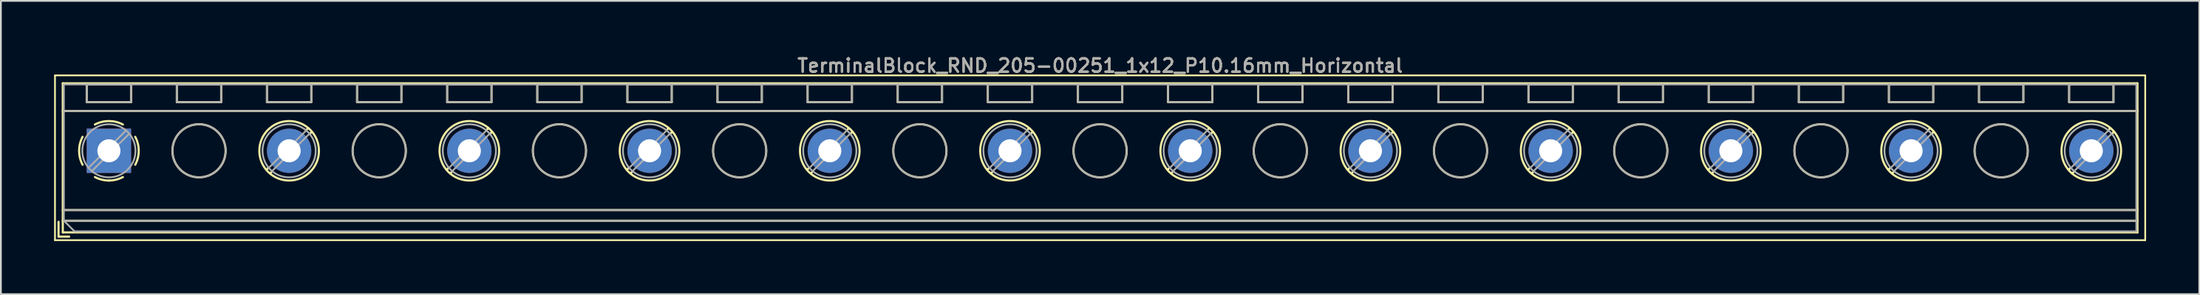
<source format=kicad_pcb>
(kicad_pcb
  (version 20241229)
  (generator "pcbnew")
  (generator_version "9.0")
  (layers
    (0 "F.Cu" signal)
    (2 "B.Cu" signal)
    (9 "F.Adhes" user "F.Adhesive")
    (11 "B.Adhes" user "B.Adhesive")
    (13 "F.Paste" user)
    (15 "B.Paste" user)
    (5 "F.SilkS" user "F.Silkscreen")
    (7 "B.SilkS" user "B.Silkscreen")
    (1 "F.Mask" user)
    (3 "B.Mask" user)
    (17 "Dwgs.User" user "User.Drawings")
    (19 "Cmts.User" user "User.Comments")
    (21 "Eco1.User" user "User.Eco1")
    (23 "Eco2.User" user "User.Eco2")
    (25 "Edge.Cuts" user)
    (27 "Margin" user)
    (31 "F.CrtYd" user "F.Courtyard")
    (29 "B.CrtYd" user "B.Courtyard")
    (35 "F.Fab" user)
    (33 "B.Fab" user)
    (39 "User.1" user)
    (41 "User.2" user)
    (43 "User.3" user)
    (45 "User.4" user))
  (footprint "TerminalBlock_RND_205-00251_1x12_P10.16mm_Horizontal"
    (layer "F.Cu")
    (at 3.09 5.468)
    (property "Reference" "TerminalBlock_RND_205-00251_1x12_P10.16mm_Horizontal" (at 55.88 -4.81 0) (layer "F.SilkS") (effects (font (size 0.75 0.75) (thickness 0.125))))
    (attr through_hole)
    (fp_line (start -3.04 -4.26) (end -3.04 5.05) (stroke (width 0.1) (type solid)) (layer "F.SilkS"))
    (fp_line (start -3.04 5.05) (end 114.8 5.05) (stroke (width 0.1) (type solid)) (layer "F.SilkS"))
    (fp_line (start -2.84 4.01) (end -2.84 4.85) (stroke (width 0.12) (type solid)) (layer "F.SilkS"))
    (fp_line (start -2.84 4.85) (end -2.24 4.85) (stroke (width 0.12) (type solid)) (layer "F.SilkS"))
    (fp_line (start -2.6 -3.811) (end -2.6 4.61) (stroke (width 0.12) (type solid)) (layer "F.SilkS"))
    (fp_line (start -2.6 -3.811) (end 114.361 -3.811) (stroke (width 0.12) (type solid)) (layer "F.SilkS"))
    (fp_line (start -2.6 -2.251) (end 114.361 -2.251) (stroke (width 0.12) (type solid)) (layer "F.SilkS"))
    (fp_line (start -2.6 3.35) (end 114.361 3.35) (stroke (width 0.12) (type solid)) (layer "F.SilkS"))
    (fp_line (start -2.6 3.95) (end 114.361 3.95) (stroke (width 0.12) (type solid)) (layer "F.SilkS"))
    (fp_line (start -2.6 4.61) (end 114.361 4.61) (stroke (width 0.12) (type solid)) (layer "F.SilkS"))
    (fp_line (start -1.25 -3.751) (end -1.25 -2.751) (stroke (width 0.12) (type solid)) (layer "F.SilkS"))
    (fp_line (start -1.25 -3.751) (end 1.25 -3.751) (stroke (width 0.12) (type solid)) (layer "F.SilkS"))
    (fp_line (start -1.25 -2.751) (end 1.25 -2.751) (stroke (width 0.12) (type solid)) (layer "F.SilkS"))
    (fp_line (start 1.25 -3.751) (end 1.25 -2.751) (stroke (width 0.12) (type solid)) (layer "F.SilkS"))
    (fp_line (start 3.83 -3.751) (end 3.83 -2.751) (stroke (width 0.12) (type solid)) (layer "F.SilkS"))
    (fp_line (start 3.83 -3.751) (end 6.33 -3.751) (stroke (width 0.12) (type solid)) (layer "F.SilkS"))
    (fp_line (start 3.83 -2.751) (end 6.33 -2.751) (stroke (width 0.12) (type solid)) (layer "F.SilkS"))
    (fp_line (start 6.33 -3.751) (end 6.33 -2.751) (stroke (width 0.12) (type solid)) (layer "F.SilkS"))
    (fp_line (start 8.91 -3.751) (end 8.91 -2.751) (stroke (width 0.12) (type solid)) (layer "F.SilkS"))
    (fp_line (start 8.91 -3.751) (end 11.41 -3.751) (stroke (width 0.12) (type solid)) (layer "F.SilkS"))
    (fp_line (start 8.91 -2.751) (end 11.41 -2.751) (stroke (width 0.12) (type solid)) (layer "F.SilkS"))
    (fp_line (start 8.98 0.976) (end 8.886 1.069) (stroke (width 0.12) (type solid)) (layer "F.SilkS"))
    (fp_line (start 9.15 1.216) (end 9.091 1.274) (stroke (width 0.12) (type solid)) (layer "F.SilkS"))
    (fp_line (start 11.23 -1.275) (end 11.171 -1.216) (stroke (width 0.12) (type solid)) (layer "F.SilkS"))
    (fp_line (start 11.41 -3.751) (end 11.41 -2.751) (stroke (width 0.12) (type solid)) (layer "F.SilkS"))
    (fp_line (start 11.435 -1.069) (end 11.341 -0.976) (stroke (width 0.12) (type solid)) (layer "F.SilkS"))
    (fp_line (start 13.99 -3.751) (end 13.99 -2.751) (stroke (width 0.12) (type solid)) (layer "F.SilkS"))
    (fp_line (start 13.99 -3.751) (end 16.49 -3.751) (stroke (width 0.12) (type solid)) (layer "F.SilkS"))
    (fp_line (start 13.99 -2.751) (end 16.49 -2.751) (stroke (width 0.12) (type solid)) (layer "F.SilkS"))
    (fp_line (start 16.49 -3.751) (end 16.49 -2.751) (stroke (width 0.12) (type solid)) (layer "F.SilkS"))
    (fp_line (start 19.07 -3.751) (end 19.07 -2.751) (stroke (width 0.12) (type solid)) (layer "F.SilkS"))
    (fp_line (start 19.07 -3.751) (end 21.57 -3.751) (stroke (width 0.12) (type solid)) (layer "F.SilkS"))
    (fp_line (start 19.07 -2.751) (end 21.57 -2.751) (stroke (width 0.12) (type solid)) (layer "F.SilkS"))
    (fp_line (start 19.14 0.976) (end 19.046 1.069) (stroke (width 0.12) (type solid)) (layer "F.SilkS"))
    (fp_line (start 19.31 1.216) (end 19.251 1.274) (stroke (width 0.12) (type solid)) (layer "F.SilkS"))
    (fp_line (start 21.39 -1.275) (end 21.331 -1.216) (stroke (width 0.12) (type solid)) (layer "F.SilkS"))
    (fp_line (start 21.57 -3.751) (end 21.57 -2.751) (stroke (width 0.12) (type solid)) (layer "F.SilkS"))
    (fp_line (start 21.595 -1.069) (end 21.501 -0.976) (stroke (width 0.12) (type solid)) (layer "F.SilkS"))
    (fp_line (start 24.15 -3.751) (end 24.15 -2.751) (stroke (width 0.12) (type solid)) (layer "F.SilkS"))
    (fp_line (start 24.15 -3.751) (end 26.65 -3.751) (stroke (width 0.12) (type solid)) (layer "F.SilkS"))
    (fp_line (start 24.15 -2.751) (end 26.65 -2.751) (stroke (width 0.12) (type solid)) (layer "F.SilkS"))
    (fp_line (start 26.65 -3.751) (end 26.65 -2.751) (stroke (width 0.12) (type solid)) (layer "F.SilkS"))
    (fp_line (start 29.23 -3.751) (end 29.23 -2.751) (stroke (width 0.12) (type solid)) (layer "F.SilkS"))
    (fp_line (start 29.23 -3.751) (end 31.73 -3.751) (stroke (width 0.12) (type solid)) (layer "F.SilkS"))
    (fp_line (start 29.23 -2.751) (end 31.73 -2.751) (stroke (width 0.12) (type solid)) (layer "F.SilkS"))
    (fp_line (start 29.3 0.976) (end 29.206 1.069) (stroke (width 0.12) (type solid)) (layer "F.SilkS"))
    (fp_line (start 29.47 1.216) (end 29.411 1.274) (stroke (width 0.12) (type solid)) (layer "F.SilkS"))
    (fp_line (start 31.55 -1.275) (end 31.491 -1.216) (stroke (width 0.12) (type solid)) (layer "F.SilkS"))
    (fp_line (start 31.73 -3.751) (end 31.73 -2.751) (stroke (width 0.12) (type solid)) (layer "F.SilkS"))
    (fp_line (start 31.755 -1.069) (end 31.661 -0.976) (stroke (width 0.12) (type solid)) (layer "F.SilkS"))
    (fp_line (start 34.31 -3.751) (end 34.31 -2.751) (stroke (width 0.12) (type solid)) (layer "F.SilkS"))
    (fp_line (start 34.31 -3.751) (end 36.81 -3.751) (stroke (width 0.12) (type solid)) (layer "F.SilkS"))
    (fp_line (start 34.31 -2.751) (end 36.81 -2.751) (stroke (width 0.12) (type solid)) (layer "F.SilkS"))
    (fp_line (start 36.81 -3.751) (end 36.81 -2.751) (stroke (width 0.12) (type solid)) (layer "F.SilkS"))
    (fp_line (start 39.39 -3.751) (end 39.39 -2.751) (stroke (width 0.12) (type solid)) (layer "F.SilkS"))
    (fp_line (start 39.39 -3.751) (end 41.89 -3.751) (stroke (width 0.12) (type solid)) (layer "F.SilkS"))
    (fp_line (start 39.39 -2.751) (end 41.89 -2.751) (stroke (width 0.12) (type solid)) (layer "F.SilkS"))
    (fp_line (start 39.46 0.976) (end 39.366 1.069) (stroke (width 0.12) (type solid)) (layer "F.SilkS"))
    (fp_line (start 39.63 1.216) (end 39.571 1.274) (stroke (width 0.12) (type solid)) (layer "F.SilkS"))
    (fp_line (start 41.71 -1.275) (end 41.651 -1.216) (stroke (width 0.12) (type solid)) (layer "F.SilkS"))
    (fp_line (start 41.89 -3.751) (end 41.89 -2.751) (stroke (width 0.12) (type solid)) (layer "F.SilkS"))
    (fp_line (start 41.915 -1.069) (end 41.821 -0.976) (stroke (width 0.12) (type solid)) (layer "F.SilkS"))
    (fp_line (start 44.47 -3.751) (end 44.47 -2.751) (stroke (width 0.12) (type solid)) (layer "F.SilkS"))
    (fp_line (start 44.47 -3.751) (end 46.97 -3.751) (stroke (width 0.12) (type solid)) (layer "F.SilkS"))
    (fp_line (start 44.47 -2.751) (end 46.97 -2.751) (stroke (width 0.12) (type solid)) (layer "F.SilkS"))
    (fp_line (start 46.97 -3.751) (end 46.97 -2.751) (stroke (width 0.12) (type solid)) (layer "F.SilkS"))
    (fp_line (start 49.55 -3.751) (end 49.55 -2.751) (stroke (width 0.12) (type solid)) (layer "F.SilkS"))
    (fp_line (start 49.55 -3.751) (end 52.05 -3.751) (stroke (width 0.12) (type solid)) (layer "F.SilkS"))
    (fp_line (start 49.55 -2.751) (end 52.05 -2.751) (stroke (width 0.12) (type solid)) (layer "F.SilkS"))
    (fp_line (start 49.62 0.976) (end 49.526 1.069) (stroke (width 0.12) (type solid)) (layer "F.SilkS"))
    (fp_line (start 49.79 1.216) (end 49.731 1.274) (stroke (width 0.12) (type solid)) (layer "F.SilkS"))
    (fp_line (start 51.87 -1.275) (end 51.811 -1.216) (stroke (width 0.12) (type solid)) (layer "F.SilkS"))
    (fp_line (start 52.05 -3.751) (end 52.05 -2.751) (stroke (width 0.12) (type solid)) (layer "F.SilkS"))
    (fp_line (start 52.075 -1.069) (end 51.981 -0.976) (stroke (width 0.12) (type solid)) (layer "F.SilkS"))
    (fp_line (start 54.63 -3.751) (end 54.63 -2.751) (stroke (width 0.12) (type solid)) (layer "F.SilkS"))
    (fp_line (start 54.63 -3.751) (end 57.13 -3.751) (stroke (width 0.12) (type solid)) (layer "F.SilkS"))
    (fp_line (start 54.63 -2.751) (end 57.13 -2.751) (stroke (width 0.12) (type solid)) (layer "F.SilkS"))
    (fp_line (start 57.13 -3.751) (end 57.13 -2.751) (stroke (width 0.12) (type solid)) (layer "F.SilkS"))
    (fp_line (start 59.71 -3.751) (end 59.71 -2.751) (stroke (width 0.12) (type solid)) (layer "F.SilkS"))
    (fp_line (start 59.71 -3.751) (end 62.21 -3.751) (stroke (width 0.12) (type solid)) (layer "F.SilkS"))
    (fp_line (start 59.71 -2.751) (end 62.21 -2.751) (stroke (width 0.12) (type solid)) (layer "F.SilkS"))
    (fp_line (start 59.78 0.976) (end 59.686 1.069) (stroke (width 0.12) (type solid)) (layer "F.SilkS"))
    (fp_line (start 59.95 1.216) (end 59.891 1.274) (stroke (width 0.12) (type solid)) (layer "F.SilkS"))
    (fp_line (start 62.03 -1.275) (end 61.971 -1.216) (stroke (width 0.12) (type solid)) (layer "F.SilkS"))
    (fp_line (start 62.21 -3.751) (end 62.21 -2.751) (stroke (width 0.12) (type solid)) (layer "F.SilkS"))
    (fp_line (start 62.235 -1.069) (end 62.141 -0.976) (stroke (width 0.12) (type solid)) (layer "F.SilkS"))
    (fp_line (start 64.791 -3.751) (end 64.791 -2.751) (stroke (width 0.12) (type solid)) (layer "F.SilkS"))
    (fp_line (start 64.791 -3.751) (end 67.29 -3.751) (stroke (width 0.12) (type solid)) (layer "F.SilkS"))
    (fp_line (start 64.791 -2.751) (end 67.29 -2.751) (stroke (width 0.12) (type solid)) (layer "F.SilkS"))
    (fp_line (start 67.29 -3.751) (end 67.29 -2.751) (stroke (width 0.12) (type solid)) (layer "F.SilkS"))
    (fp_line (start 69.87 -3.751) (end 69.87 -2.751) (stroke (width 0.12) (type solid)) (layer "F.SilkS"))
    (fp_line (start 69.87 -3.751) (end 72.37 -3.751) (stroke (width 0.12) (type solid)) (layer "F.SilkS"))
    (fp_line (start 69.87 -2.751) (end 72.37 -2.751) (stroke (width 0.12) (type solid)) (layer "F.SilkS"))
    (fp_line (start 69.94 0.976) (end 69.846 1.069) (stroke (width 0.12) (type solid)) (layer "F.SilkS"))
    (fp_line (start 70.11 1.216) (end 70.051 1.274) (stroke (width 0.12) (type solid)) (layer "F.SilkS"))
    (fp_line (start 72.19 -1.275) (end 72.131 -1.216) (stroke (width 0.12) (type solid)) (layer "F.SilkS"))
    (fp_line (start 72.37 -3.751) (end 72.37 -2.751) (stroke (width 0.12) (type solid)) (layer "F.SilkS"))
    (fp_line (start 72.395 -1.069) (end 72.301 -0.976) (stroke (width 0.12) (type solid)) (layer "F.SilkS"))
    (fp_line (start 74.95 -3.751) (end 74.95 -2.751) (stroke (width 0.12) (type solid)) (layer "F.SilkS"))
    (fp_line (start 74.95 -3.751) (end 77.45 -3.751) (stroke (width 0.12) (type solid)) (layer "F.SilkS"))
    (fp_line (start 74.95 -2.751) (end 77.45 -2.751) (stroke (width 0.12) (type solid)) (layer "F.SilkS"))
    (fp_line (start 77.45 -3.751) (end 77.45 -2.751) (stroke (width 0.12) (type solid)) (layer "F.SilkS"))
    (fp_line (start 80.03 -3.751) (end 80.03 -2.751) (stroke (width 0.12) (type solid)) (layer "F.SilkS"))
    (fp_line (start 80.03 -3.751) (end 82.53 -3.751) (stroke (width 0.12) (type solid)) (layer "F.SilkS"))
    (fp_line (start 80.03 -2.751) (end 82.53 -2.751) (stroke (width 0.12) (type solid)) (layer "F.SilkS"))
    (fp_line (start 80.1 0.976) (end 80.006 1.069) (stroke (width 0.12) (type solid)) (layer "F.SilkS"))
    (fp_line (start 80.27 1.216) (end 80.211 1.274) (stroke (width 0.12) (type solid)) (layer "F.SilkS"))
    (fp_line (start 82.35 -1.275) (end 82.291 -1.216) (stroke (width 0.12) (type solid)) (layer "F.SilkS"))
    (fp_line (start 82.53 -3.751) (end 82.53 -2.751) (stroke (width 0.12) (type solid)) (layer "F.SilkS"))
    (fp_line (start 82.555 -1.069) (end 82.461 -0.976) (stroke (width 0.12) (type solid)) (layer "F.SilkS"))
    (fp_line (start 85.11 -3.751) (end 85.11 -2.751) (stroke (width 0.12) (type solid)) (layer "F.SilkS"))
    (fp_line (start 85.11 -3.751) (end 87.61 -3.751) (stroke (width 0.12) (type solid)) (layer "F.SilkS"))
    (fp_line (start 85.11 -2.751) (end 87.61 -2.751) (stroke (width 0.12) (type solid)) (layer "F.SilkS"))
    (fp_line (start 87.61 -3.751) (end 87.61 -2.751) (stroke (width 0.12) (type solid)) (layer "F.SilkS"))
    (fp_line (start 90.19 -3.751) (end 90.19 -2.751) (stroke (width 0.12) (type solid)) (layer "F.SilkS"))
    (fp_line (start 90.19 -3.751) (end 92.69 -3.751) (stroke (width 0.12) (type solid)) (layer "F.SilkS"))
    (fp_line (start 90.19 -2.751) (end 92.69 -2.751) (stroke (width 0.12) (type solid)) (layer "F.SilkS"))
    (fp_line (start 90.26 0.976) (end 90.166 1.069) (stroke (width 0.12) (type solid)) (layer "F.SilkS"))
    (fp_line (start 90.43 1.216) (end 90.371 1.274) (stroke (width 0.12) (type solid)) (layer "F.SilkS"))
    (fp_line (start 92.51 -1.275) (end 92.451 -1.216) (stroke (width 0.12) (type solid)) (layer "F.SilkS"))
    (fp_line (start 92.69 -3.751) (end 92.69 -2.751) (stroke (width 0.12) (type solid)) (layer "F.SilkS"))
    (fp_line (start 92.715 -1.069) (end 92.621 -0.976) (stroke (width 0.12) (type solid)) (layer "F.SilkS"))
    (fp_line (start 95.27 -3.751) (end 95.27 -2.751) (stroke (width 0.12) (type solid)) (layer "F.SilkS"))
    (fp_line (start 95.27 -3.751) (end 97.77 -3.751) (stroke (width 0.12) (type solid)) (layer "F.SilkS"))
    (fp_line (start 95.27 -2.751) (end 97.77 -2.751) (stroke (width 0.12) (type solid)) (layer "F.SilkS"))
    (fp_line (start 97.77 -3.751) (end 97.77 -2.751) (stroke (width 0.12) (type solid)) (layer "F.SilkS"))
    (fp_line (start 100.35 -3.751) (end 100.35 -2.751) (stroke (width 0.12) (type solid)) (layer "F.SilkS"))
    (fp_line (start 100.35 -3.751) (end 102.85 -3.751) (stroke (width 0.12) (type solid)) (layer "F.SilkS"))
    (fp_line (start 100.35 -2.751) (end 102.85 -2.751) (stroke (width 0.12) (type solid)) (layer "F.SilkS"))
    (fp_line (start 100.42 0.976) (end 100.326 1.069) (stroke (width 0.12) (type solid)) (layer "F.SilkS"))
    (fp_line (start 100.59 1.216) (end 100.531 1.274) (stroke (width 0.12) (type solid)) (layer "F.SilkS"))
    (fp_line (start 102.67 -1.275) (end 102.611 -1.216) (stroke (width 0.12) (type solid)) (layer "F.SilkS"))
    (fp_line (start 102.85 -3.751) (end 102.85 -2.751) (stroke (width 0.12) (type solid)) (layer "F.SilkS"))
    (fp_line (start 102.875 -1.069) (end 102.781 -0.976) (stroke (width 0.12) (type solid)) (layer "F.SilkS"))
    (fp_line (start 105.43 -3.751) (end 105.43 -2.751) (stroke (width 0.12) (type solid)) (layer "F.SilkS"))
    (fp_line (start 105.43 -3.751) (end 107.93 -3.751) (stroke (width 0.12) (type solid)) (layer "F.SilkS"))
    (fp_line (start 105.43 -2.751) (end 107.93 -2.751) (stroke (width 0.12) (type solid)) (layer "F.SilkS"))
    (fp_line (start 107.93 -3.751) (end 107.93 -2.751) (stroke (width 0.12) (type solid)) (layer "F.SilkS"))
    (fp_line (start 110.51 -3.751) (end 110.51 -2.751) (stroke (width 0.12) (type solid)) (layer "F.SilkS"))
    (fp_line (start 110.51 -3.751) (end 113.01 -3.751) (stroke (width 0.12) (type solid)) (layer "F.SilkS"))
    (fp_line (start 110.51 -2.751) (end 113.01 -2.751) (stroke (width 0.12) (type solid)) (layer "F.SilkS"))
    (fp_line (start 110.58 0.976) (end 110.486 1.069) (stroke (width 0.12) (type solid)) (layer "F.SilkS"))
    (fp_line (start 110.75 1.216) (end 110.691 1.274) (stroke (width 0.12) (type solid)) (layer "F.SilkS"))
    (fp_line (start 112.83 -1.275) (end 112.771 -1.216) (stroke (width 0.12) (type solid)) (layer "F.SilkS"))
    (fp_line (start 113.01 -3.751) (end 113.01 -2.751) (stroke (width 0.12) (type solid)) (layer "F.SilkS"))
    (fp_line (start 113.035 -1.069) (end 112.941 -0.976) (stroke (width 0.12) (type solid)) (layer "F.SilkS"))
    (fp_line (start 114.361 -3.811) (end 114.361 4.61) (stroke (width 0.12) (type solid)) (layer "F.SilkS"))
    (fp_line (start 114.8 -4.26) (end -3.04 -4.26) (stroke (width 0.1) (type solid)) (layer "F.SilkS"))
    (fp_line (start 114.8 5.05) (end 114.8 -4.26) (stroke (width 0.1) (type solid)) (layer "F.SilkS"))
    (fp_arc (start -1.483953 0.789089) (mid -1.680708 0.00005) (end -1.484 -0.789) (stroke (width 0.12) (type solid)) (layer "F.SilkS"))
    (fp_arc (start -0.789089 -1.483953) (mid -0.00005 -1.680708) (end 0.789 -1.484) (stroke (width 0.12) (type solid)) (layer "F.SilkS"))
    (fp_arc (start 0.029383 1.68045) (mid -0.392304 1.634281) (end -0.789 1.484) (stroke (width 0.12) (type solid)) (layer "F.SilkS"))
    (fp_arc (start 0.788712 1.483352) (mid 0.406429 1.630097) (end 0 1.68) (stroke (width 0.12) (type solid)) (layer "F.SilkS"))
    (fp_arc (start 1.483953 -0.789089) (mid 1.680708 -0.00005) (end 1.484 0.789) (stroke (width 0.12) (type solid)) (layer "F.SilkS"))
    (fp_circle (center 5.08 0) (end 6.58 0) (stroke (width 0.12) (type solid)) (fill no) (layer "F.SilkS"))
    (fp_circle (center 10.16 0) (end 11.84 0) (stroke (width 0.12) (type solid)) (fill no) (layer "F.SilkS"))
    (fp_circle (center 15.24 0) (end 16.74 0) (stroke (width 0.12) (type solid)) (fill no) (layer "F.SilkS"))
    (fp_circle (center 20.32 0) (end 22 0) (stroke (width 0.12) (type solid)) (fill no) (layer "F.SilkS"))
    (fp_circle (center 25.4 0) (end 26.9 0) (stroke (width 0.12) (type solid)) (fill no) (layer "F.SilkS"))
    (fp_circle (center 30.48 0) (end 32.16 0) (stroke (width 0.12) (type solid)) (fill no) (layer "F.SilkS"))
    (fp_circle (center 35.56 0) (end 37.06 0) (stroke (width 0.12) (type solid)) (fill no) (layer "F.SilkS"))
    (fp_circle (center 40.64 0) (end 42.32 0) (stroke (width 0.12) (type solid)) (fill no) (layer "F.SilkS"))
    (fp_circle (center 45.72 0) (end 47.22 0) (stroke (width 0.12) (type solid)) (fill no) (layer "F.SilkS"))
    (fp_circle (center 50.8 0) (end 52.48 0) (stroke (width 0.12) (type solid)) (fill no) (layer "F.SilkS"))
    (fp_circle (center 55.88 0) (end 57.38 0) (stroke (width 0.12) (type solid)) (fill no) (layer "F.SilkS"))
    (fp_circle (center 60.96 0) (end 62.64 0) (stroke (width 0.12) (type solid)) (fill no) (layer "F.SilkS"))
    (fp_circle (center 66.04 0) (end 67.54 0) (stroke (width 0.12) (type solid)) (fill no) (layer "F.SilkS"))
    (fp_circle (center 71.12 0) (end 72.8 0) (stroke (width 0.12) (type solid)) (fill no) (layer "F.SilkS"))
    (fp_circle (center 76.2 0) (end 77.7 0) (stroke (width 0.12) (type solid)) (fill no) (layer "F.SilkS"))
    (fp_circle (center 81.28 0) (end 82.96 0) (stroke (width 0.12) (type solid)) (fill no) (layer "F.SilkS"))
    (fp_circle (center 86.36 0) (end 87.86 0) (stroke (width 0.12) (type solid)) (fill no) (layer "F.SilkS"))
    (fp_circle (center 91.44 0) (end 93.12 0) (stroke (width 0.12) (type solid)) (fill no) (layer "F.SilkS"))
    (fp_circle (center 96.52 0) (end 98.02 0) (stroke (width 0.12) (type solid)) (fill no) (layer "F.SilkS"))
    (fp_circle (center 101.6 0) (end 103.28 0) (stroke (width 0.12) (type solid)) (fill no) (layer "F.SilkS"))
    (fp_circle (center 106.68 0) (end 108.18 0) (stroke (width 0.12) (type solid)) (fill no) (layer "F.SilkS"))
    (fp_circle (center 111.76 0) (end 113.44 0) (stroke (width 0.12) (type solid)) (fill no) (layer "F.SilkS"))
    (fp_line (start -2.54 -3.75) (end 114.3 -3.75) (stroke (width 0.1) (type solid)) (layer "F.Fab"))
    (fp_line (start -2.54 -2.25) (end 114.3 -2.25) (stroke (width 0.1) (type solid)) (layer "F.Fab"))
    (fp_line (start -2.54 3.35) (end 114.3 3.35) (stroke (width 0.1) (type solid)) (layer "F.Fab"))
    (fp_line (start -2.54 3.95) (end -2.54 -3.75) (stroke (width 0.1) (type solid)) (layer "F.Fab"))
    (fp_line (start -2.54 3.95) (end 114.3 3.95) (stroke (width 0.1) (type solid)) (layer "F.Fab"))
    (fp_line (start -1.94 4.55) (end -2.54 3.95) (stroke (width 0.1) (type solid)) (layer "F.Fab"))
    (fp_line (start -1.25 -3.75) (end -1.25 -2.75) (stroke (width 0.1) (type solid)) (layer "F.Fab"))
    (fp_line (start -1.25 -2.75) (end 1.25 -2.75) (stroke (width 0.1) (type solid)) (layer "F.Fab"))
    (fp_line (start 0.955 -1.138) (end -1.138 0.955) (stroke (width 0.1) (type solid)) (layer "F.Fab"))
    (fp_line (start 1.138 -0.955) (end -0.955 1.138) (stroke (width 0.1) (type solid)) (layer "F.Fab"))
    (fp_line (start 1.25 -3.75) (end -1.25 -3.75) (stroke (width 0.1) (type solid)) (layer "F.Fab"))
    (fp_line (start 1.25 -2.75) (end 1.25 -3.75) (stroke (width 0.1) (type solid)) (layer "F.Fab"))
    (fp_line (start 3.83 -3.75) (end 3.83 -2.75) (stroke (width 0.1) (type solid)) (layer "F.Fab"))
    (fp_line (start 3.83 -2.75) (end 6.33 -2.75) (stroke (width 0.1) (type solid)) (layer "F.Fab"))
    (fp_line (start 6.33 -3.75) (end 3.83 -3.75) (stroke (width 0.1) (type solid)) (layer "F.Fab"))
    (fp_line (start 6.33 -2.75) (end 6.33 -3.75) (stroke (width 0.1) (type solid)) (layer "F.Fab"))
    (fp_line (start 8.91 -3.75) (end 8.91 -2.75) (stroke (width 0.1) (type solid)) (layer "F.Fab"))
    (fp_line (start 8.91 -2.75) (end 11.41 -2.75) (stroke (width 0.1) (type solid)) (layer "F.Fab"))
    (fp_line (start 11.115 -1.138) (end 9.023 0.955) (stroke (width 0.1) (type solid)) (layer "F.Fab"))
    (fp_line (start 11.298 -0.955) (end 9.206 1.138) (stroke (width 0.1) (type solid)) (layer "F.Fab"))
    (fp_line (start 11.41 -3.75) (end 8.91 -3.75) (stroke (width 0.1) (type solid)) (layer "F.Fab"))
    (fp_line (start 11.41 -2.75) (end 11.41 -3.75) (stroke (width 0.1) (type solid)) (layer "F.Fab"))
    (fp_line (start 13.99 -3.75) (end 13.99 -2.75) (stroke (width 0.1) (type solid)) (layer "F.Fab"))
    (fp_line (start 13.99 -2.75) (end 16.49 -2.75) (stroke (width 0.1) (type solid)) (layer "F.Fab"))
    (fp_line (start 16.49 -3.75) (end 13.99 -3.75) (stroke (width 0.1) (type solid)) (layer "F.Fab"))
    (fp_line (start 16.49 -2.75) (end 16.49 -3.75) (stroke (width 0.1) (type solid)) (layer "F.Fab"))
    (fp_line (start 19.07 -3.75) (end 19.07 -2.75) (stroke (width 0.1) (type solid)) (layer "F.Fab"))
    (fp_line (start 19.07 -2.75) (end 21.57 -2.75) (stroke (width 0.1) (type solid)) (layer "F.Fab"))
    (fp_line (start 21.275 -1.138) (end 19.183 0.955) (stroke (width 0.1) (type solid)) (layer "F.Fab"))
    (fp_line (start 21.458 -0.955) (end 19.366 1.138) (stroke (width 0.1) (type solid)) (layer "F.Fab"))
    (fp_line (start 21.57 -3.75) (end 19.07 -3.75) (stroke (width 0.1) (type solid)) (layer "F.Fab"))
    (fp_line (start 21.57 -2.75) (end 21.57 -3.75) (stroke (width 0.1) (type solid)) (layer "F.Fab"))
    (fp_line (start 24.15 -3.75) (end 24.15 -2.75) (stroke (width 0.1) (type solid)) (layer "F.Fab"))
    (fp_line (start 24.15 -2.75) (end 26.65 -2.75) (stroke (width 0.1) (type solid)) (layer "F.Fab"))
    (fp_line (start 26.65 -3.75) (end 24.15 -3.75) (stroke (width 0.1) (type solid)) (layer "F.Fab"))
    (fp_line (start 26.65 -2.75) (end 26.65 -3.75) (stroke (width 0.1) (type solid)) (layer "F.Fab"))
    (fp_line (start 29.23 -3.75) (end 29.23 -2.75) (stroke (width 0.1) (type solid)) (layer "F.Fab"))
    (fp_line (start 29.23 -2.75) (end 31.73 -2.75) (stroke (width 0.1) (type solid)) (layer "F.Fab"))
    (fp_line (start 31.435 -1.138) (end 29.343 0.955) (stroke (width 0.1) (type solid)) (layer "F.Fab"))
    (fp_line (start 31.618 -0.955) (end 29.526 1.138) (stroke (width 0.1) (type solid)) (layer "F.Fab"))
    (fp_line (start 31.73 -3.75) (end 29.23 -3.75) (stroke (width 0.1) (type solid)) (layer "F.Fab"))
    (fp_line (start 31.73 -2.75) (end 31.73 -3.75) (stroke (width 0.1) (type solid)) (layer "F.Fab"))
    (fp_line (start 34.31 -3.75) (end 34.31 -2.75) (stroke (width 0.1) (type solid)) (layer "F.Fab"))
    (fp_line (start 34.31 -2.75) (end 36.81 -2.75) (stroke (width 0.1) (type solid)) (layer "F.Fab"))
    (fp_line (start 36.81 -3.75) (end 34.31 -3.75) (stroke (width 0.1) (type solid)) (layer "F.Fab"))
    (fp_line (start 36.81 -2.75) (end 36.81 -3.75) (stroke (width 0.1) (type solid)) (layer "F.Fab"))
    (fp_line (start 39.39 -3.75) (end 39.39 -2.75) (stroke (width 0.1) (type solid)) (layer "F.Fab"))
    (fp_line (start 39.39 -2.75) (end 41.89 -2.75) (stroke (width 0.1) (type solid)) (layer "F.Fab"))
    (fp_line (start 41.595 -1.138) (end 39.503 0.955) (stroke (width 0.1) (type solid)) (layer "F.Fab"))
    (fp_line (start 41.778 -0.955) (end 39.686 1.138) (stroke (width 0.1) (type solid)) (layer "F.Fab"))
    (fp_line (start 41.89 -3.75) (end 39.39 -3.75) (stroke (width 0.1) (type solid)) (layer "F.Fab"))
    (fp_line (start 41.89 -2.75) (end 41.89 -3.75) (stroke (width 0.1) (type solid)) (layer "F.Fab"))
    (fp_line (start 44.47 -3.75) (end 44.47 -2.75) (stroke (width 0.1) (type solid)) (layer "F.Fab"))
    (fp_line (start 44.47 -2.75) (end 46.97 -2.75) (stroke (width 0.1) (type solid)) (layer "F.Fab"))
    (fp_line (start 46.97 -3.75) (end 44.47 -3.75) (stroke (width 0.1) (type solid)) (layer "F.Fab"))
    (fp_line (start 46.97 -2.75) (end 46.97 -3.75) (stroke (width 0.1) (type solid)) (layer "F.Fab"))
    (fp_line (start 49.55 -3.75) (end 49.55 -2.75) (stroke (width 0.1) (type solid)) (layer "F.Fab"))
    (fp_line (start 49.55 -2.75) (end 52.05 -2.75) (stroke (width 0.1) (type solid)) (layer "F.Fab"))
    (fp_line (start 51.755 -1.138) (end 49.663 0.955) (stroke (width 0.1) (type solid)) (layer "F.Fab"))
    (fp_line (start 51.938 -0.955) (end 49.846 1.138) (stroke (width 0.1) (type solid)) (layer "F.Fab"))
    (fp_line (start 52.05 -3.75) (end 49.55 -3.75) (stroke (width 0.1) (type solid)) (layer "F.Fab"))
    (fp_line (start 52.05 -2.75) (end 52.05 -3.75) (stroke (width 0.1) (type solid)) (layer "F.Fab"))
    (fp_line (start 54.63 -3.75) (end 54.63 -2.75) (stroke (width 0.1) (type solid)) (layer "F.Fab"))
    (fp_line (start 54.63 -2.75) (end 57.13 -2.75) (stroke (width 0.1) (type solid)) (layer "F.Fab"))
    (fp_line (start 57.13 -3.75) (end 54.63 -3.75) (stroke (width 0.1) (type solid)) (layer "F.Fab"))
    (fp_line (start 57.13 -2.75) (end 57.13 -3.75) (stroke (width 0.1) (type solid)) (layer "F.Fab"))
    (fp_line (start 59.71 -3.75) (end 59.71 -2.75) (stroke (width 0.1) (type solid)) (layer "F.Fab"))
    (fp_line (start 59.71 -2.75) (end 62.21 -2.75) (stroke (width 0.1) (type solid)) (layer "F.Fab"))
    (fp_line (start 61.915 -1.138) (end 59.823 0.955) (stroke (width 0.1) (type solid)) (layer "F.Fab"))
    (fp_line (start 62.098 -0.955) (end 60.006 1.138) (stroke (width 0.1) (type solid)) (layer "F.Fab"))
    (fp_line (start 62.21 -3.75) (end 59.71 -3.75) (stroke (width 0.1) (type solid)) (layer "F.Fab"))
    (fp_line (start 62.21 -2.75) (end 62.21 -3.75) (stroke (width 0.1) (type solid)) (layer "F.Fab"))
    (fp_line (start 64.79 -3.75) (end 64.79 -2.75) (stroke (width 0.1) (type solid)) (layer "F.Fab"))
    (fp_line (start 64.79 -2.75) (end 67.29 -2.75) (stroke (width 0.1) (type solid)) (layer "F.Fab"))
    (fp_line (start 67.29 -3.75) (end 64.79 -3.75) (stroke (width 0.1) (type solid)) (layer "F.Fab"))
    (fp_line (start 67.29 -2.75) (end 67.29 -3.75) (stroke (width 0.1) (type solid)) (layer "F.Fab"))
    (fp_line (start 69.87 -3.75) (end 69.87 -2.75) (stroke (width 0.1) (type solid)) (layer "F.Fab"))
    (fp_line (start 69.87 -2.75) (end 72.37 -2.75) (stroke (width 0.1) (type solid)) (layer "F.Fab"))
    (fp_line (start 72.075 -1.138) (end 69.983 0.955) (stroke (width 0.1) (type solid)) (layer "F.Fab"))
    (fp_line (start 72.258 -0.955) (end 70.166 1.138) (stroke (width 0.1) (type solid)) (layer "F.Fab"))
    (fp_line (start 72.37 -3.75) (end 69.87 -3.75) (stroke (width 0.1) (type solid)) (layer "F.Fab"))
    (fp_line (start 72.37 -2.75) (end 72.37 -3.75) (stroke (width 0.1) (type solid)) (layer "F.Fab"))
    (fp_line (start 74.95 -3.75) (end 74.95 -2.75) (stroke (width 0.1) (type solid)) (layer "F.Fab"))
    (fp_line (start 74.95 -2.75) (end 77.45 -2.75) (stroke (width 0.1) (type solid)) (layer "F.Fab"))
    (fp_line (start 77.45 -3.75) (end 74.95 -3.75) (stroke (width 0.1) (type solid)) (layer "F.Fab"))
    (fp_line (start 77.45 -2.75) (end 77.45 -3.75) (stroke (width 0.1) (type solid)) (layer "F.Fab"))
    (fp_line (start 80.03 -3.75) (end 80.03 -2.75) (stroke (width 0.1) (type solid)) (layer "F.Fab"))
    (fp_line (start 80.03 -2.75) (end 82.53 -2.75) (stroke (width 0.1) (type solid)) (layer "F.Fab"))
    (fp_line (start 82.235 -1.138) (end 80.143 0.955) (stroke (width 0.1) (type solid)) (layer "F.Fab"))
    (fp_line (start 82.418 -0.955) (end 80.326 1.138) (stroke (width 0.1) (type solid)) (layer "F.Fab"))
    (fp_line (start 82.53 -3.75) (end 80.03 -3.75) (stroke (width 0.1) (type solid)) (layer "F.Fab"))
    (fp_line (start 82.53 -2.75) (end 82.53 -3.75) (stroke (width 0.1) (type solid)) (layer "F.Fab"))
    (fp_line (start 85.11 -3.75) (end 85.11 -2.75) (stroke (width 0.1) (type solid)) (layer "F.Fab"))
    (fp_line (start 85.11 -2.75) (end 87.61 -2.75) (stroke (width 0.1) (type solid)) (layer "F.Fab"))
    (fp_line (start 87.61 -3.75) (end 85.11 -3.75) (stroke (width 0.1) (type solid)) (layer "F.Fab"))
    (fp_line (start 87.61 -2.75) (end 87.61 -3.75) (stroke (width 0.1) (type solid)) (layer "F.Fab"))
    (fp_line (start 90.19 -3.75) (end 90.19 -2.75) (stroke (width 0.1) (type solid)) (layer "F.Fab"))
    (fp_line (start 90.19 -2.75) (end 92.69 -2.75) (stroke (width 0.1) (type solid)) (layer "F.Fab"))
    (fp_line (start 92.395 -1.138) (end 90.303 0.955) (stroke (width 0.1) (type solid)) (layer "F.Fab"))
    (fp_line (start 92.578 -0.955) (end 90.486 1.138) (stroke (width 0.1) (type solid)) (layer "F.Fab"))
    (fp_line (start 92.69 -3.75) (end 90.19 -3.75) (stroke (width 0.1) (type solid)) (layer "F.Fab"))
    (fp_line (start 92.69 -2.75) (end 92.69 -3.75) (stroke (width 0.1) (type solid)) (layer "F.Fab"))
    (fp_line (start 95.27 -3.75) (end 95.27 -2.75) (stroke (width 0.1) (type solid)) (layer "F.Fab"))
    (fp_line (start 95.27 -2.75) (end 97.77 -2.75) (stroke (width 0.1) (type solid)) (layer "F.Fab"))
    (fp_line (start 97.77 -3.75) (end 95.27 -3.75) (stroke (width 0.1) (type solid)) (layer "F.Fab"))
    (fp_line (start 97.77 -2.75) (end 97.77 -3.75) (stroke (width 0.1) (type solid)) (layer "F.Fab"))
    (fp_line (start 100.35 -3.75) (end 100.35 -2.75) (stroke (width 0.1) (type solid)) (layer "F.Fab"))
    (fp_line (start 100.35 -2.75) (end 102.85 -2.75) (stroke (width 0.1) (type solid)) (layer "F.Fab"))
    (fp_line (start 102.555 -1.138) (end 100.463 0.955) (stroke (width 0.1) (type solid)) (layer "F.Fab"))
    (fp_line (start 102.738 -0.955) (end 100.646 1.138) (stroke (width 0.1) (type solid)) (layer "F.Fab"))
    (fp_line (start 102.85 -3.75) (end 100.35 -3.75) (stroke (width 0.1) (type solid)) (layer "F.Fab"))
    (fp_line (start 102.85 -2.75) (end 102.85 -3.75) (stroke (width 0.1) (type solid)) (layer "F.Fab"))
    (fp_line (start 105.43 -3.75) (end 105.43 -2.75) (stroke (width 0.1) (type solid)) (layer "F.Fab"))
    (fp_line (start 105.43 -2.75) (end 107.93 -2.75) (stroke (width 0.1) (type solid)) (layer "F.Fab"))
    (fp_line (start 107.93 -3.75) (end 105.43 -3.75) (stroke (width 0.1) (type solid)) (layer "F.Fab"))
    (fp_line (start 107.93 -2.75) (end 107.93 -3.75) (stroke (width 0.1) (type solid)) (layer "F.Fab"))
    (fp_line (start 110.51 -3.75) (end 110.51 -2.75) (stroke (width 0.1) (type solid)) (layer "F.Fab"))
    (fp_line (start 110.51 -2.75) (end 113.01 -2.75) (stroke (width 0.1) (type solid)) (layer "F.Fab"))
    (fp_line (start 112.715 -1.138) (end 110.623 0.955) (stroke (width 0.1) (type solid)) (layer "F.Fab"))
    (fp_line (start 112.898 -0.955) (end 110.806 1.138) (stroke (width 0.1) (type solid)) (layer "F.Fab"))
    (fp_line (start 113.01 -3.75) (end 110.51 -3.75) (stroke (width 0.1) (type solid)) (layer "F.Fab"))
    (fp_line (start 113.01 -2.75) (end 113.01 -3.75) (stroke (width 0.1) (type solid)) (layer "F.Fab"))
    (fp_line (start 114.3 -3.75) (end 114.3 4.55) (stroke (width 0.1) (type solid)) (layer "F.Fab"))
    (fp_line (start 114.3 4.55) (end -1.94 4.55) (stroke (width 0.1) (type solid)) (layer "F.Fab"))
    (fp_circle (center 0 0) (end 1.5 0) (stroke (width 0.1) (type solid)) (fill no) (layer "F.Fab"))
    (fp_circle (center 5.08 0) (end 6.58 0) (stroke (width 0.1) (type solid)) (fill no) (layer "F.Fab"))
    (fp_circle (center 10.16 0) (end 11.66 0) (stroke (width 0.1) (type solid)) (fill no) (layer "F.Fab"))
    (fp_circle (center 15.24 0) (end 16.74 0) (stroke (width 0.1) (type solid)) (fill no) (layer "F.Fab"))
    (fp_circle (center 20.32 0) (end 21.82 0) (stroke (width 0.1) (type solid)) (fill no) (layer "F.Fab"))
    (fp_circle (center 25.4 0) (end 26.9 0) (stroke (width 0.1) (type solid)) (fill no) (layer "F.Fab"))
    (fp_circle (center 30.48 0) (end 31.98 0) (stroke (width 0.1) (type solid)) (fill no) (layer "F.Fab"))
    (fp_circle (center 35.56 0) (end 37.06 0) (stroke (width 0.1) (type solid)) (fill no) (layer "F.Fab"))
    (fp_circle (center 40.64 0) (end 42.14 0) (stroke (width 0.1) (type solid)) (fill no) (layer "F.Fab"))
    (fp_circle (center 45.72 0) (end 47.22 0) (stroke (width 0.1) (type solid)) (fill no) (layer "F.Fab"))
    (fp_circle (center 50.8 0) (end 52.3 0) (stroke (width 0.1) (type solid)) (fill no) (layer "F.Fab"))
    (fp_circle (center 55.88 0) (end 57.38 0) (stroke (width 0.1) (type solid)) (fill no) (layer "F.Fab"))
    (fp_circle (center 60.96 0) (end 62.46 0) (stroke (width 0.1) (type solid)) (fill no) (layer "F.Fab"))
    (fp_circle (center 66.04 0) (end 67.54 0) (stroke (width 0.1) (type solid)) (fill no) (layer "F.Fab"))
    (fp_circle (center 71.12 0) (end 72.62 0) (stroke (width 0.1) (type solid)) (fill no) (layer "F.Fab"))
    (fp_circle (center 76.2 0) (end 77.7 0) (stroke (width 0.1) (type solid)) (fill no) (layer "F.Fab"))
    (fp_circle (center 81.28 0) (end 82.78 0) (stroke (width 0.1) (type solid)) (fill no) (layer "F.Fab"))
    (fp_circle (center 86.36 0) (end 87.86 0) (stroke (width 0.1) (type solid)) (fill no) (layer "F.Fab"))
    (fp_circle (center 91.44 0) (end 92.94 0) (stroke (width 0.1) (type solid)) (fill no) (layer "F.Fab"))
    (fp_circle (center 96.52 0) (end 98.02 0) (stroke (width 0.1) (type solid)) (fill no) (layer "F.Fab"))
    (fp_circle (center 101.6 0) (end 103.1 0) (stroke (width 0.1) (type solid)) (fill no) (layer "F.Fab"))
    (fp_circle (center 106.68 0) (end 108.18 0) (stroke (width 0.1) (type solid)) (fill no) (layer "F.Fab"))
    (fp_circle (center 111.76 0) (end 113.26 0) (stroke (width 0.1) (type solid)) (fill no) (layer "F.Fab"))
    (fp_text user "${REFERENCE}" (at 55.88 -4.81 0) (layer "F.Fab") (effects (font (size 0.75 0.75) (thickness 0.125))))
    (pad "1" thru_hole rect (at 0 0) (size 2.5 2.5) (drill 1.3) (layers "*.Cu" "*.Mask"))
    (pad "2" thru_hole circle (at 10.16 0) (size 2.5 2.5) (drill 1.3) (layers "*.Cu" "*.Mask"))
    (pad "3" thru_hole circle (at 20.32 0) (size 2.5 2.5) (drill 1.3) (layers "*.Cu" "*.Mask"))
    (pad "4" thru_hole circle (at 30.48 0) (size 2.5 2.5) (drill 1.3) (layers "*.Cu" "*.Mask"))
    (pad "5" thru_hole circle (at 40.64 0) (size 2.5 2.5) (drill 1.3) (layers "*.Cu" "*.Mask"))
    (pad "6" thru_hole circle (at 50.8 0) (size 2.5 2.5) (drill 1.3) (layers "*.Cu" "*.Mask"))
    (pad "7" thru_hole circle (at 60.96 0) (size 2.5 2.5) (drill 1.3) (layers "*.Cu" "*.Mask"))
    (pad "8" thru_hole circle (at 71.12 0) (size 2.5 2.5) (drill 1.3) (layers "*.Cu" "*.Mask"))
    (pad "9" thru_hole circle (at 81.28 0) (size 2.5 2.5) (drill 1.3) (layers "*.Cu" "*.Mask"))
    (pad "10" thru_hole circle (at 91.44 0) (size 2.5 2.5) (drill 1.3) (layers "*.Cu" "*.Mask"))
    (pad "11" thru_hole circle (at 101.6 0) (size 2.5 2.5) (drill 1.3) (layers "*.Cu" "*.Mask"))
    (pad "12" thru_hole circle (at 111.76 0) (size 2.5 2.5) (drill 1.3) (layers "*.Cu" "*.Mask")))
  (gr_rect
    (start -3 -3)
    (end 120.94 13.568)
    (stroke (width 0.1) (type default))
    (fill no)
    (layer "Edge.Cuts")))
</source>
